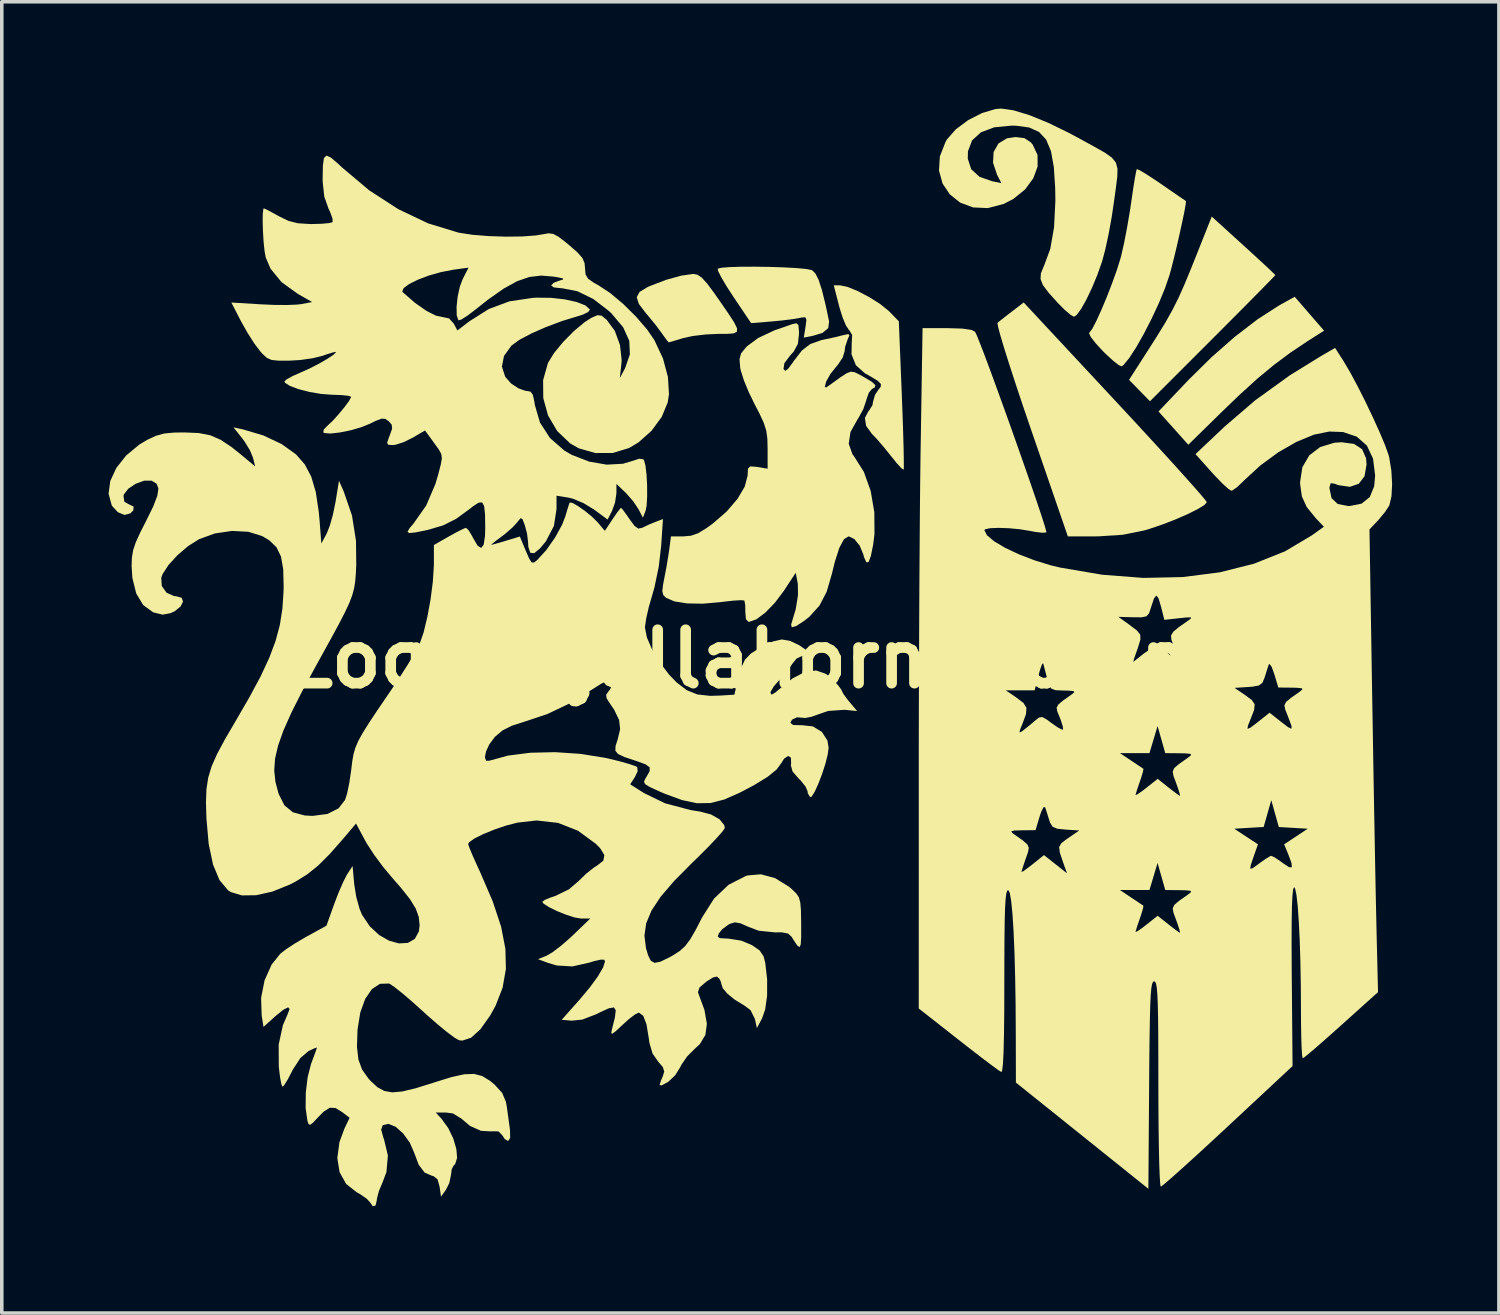
<source format=kicad_pcb>
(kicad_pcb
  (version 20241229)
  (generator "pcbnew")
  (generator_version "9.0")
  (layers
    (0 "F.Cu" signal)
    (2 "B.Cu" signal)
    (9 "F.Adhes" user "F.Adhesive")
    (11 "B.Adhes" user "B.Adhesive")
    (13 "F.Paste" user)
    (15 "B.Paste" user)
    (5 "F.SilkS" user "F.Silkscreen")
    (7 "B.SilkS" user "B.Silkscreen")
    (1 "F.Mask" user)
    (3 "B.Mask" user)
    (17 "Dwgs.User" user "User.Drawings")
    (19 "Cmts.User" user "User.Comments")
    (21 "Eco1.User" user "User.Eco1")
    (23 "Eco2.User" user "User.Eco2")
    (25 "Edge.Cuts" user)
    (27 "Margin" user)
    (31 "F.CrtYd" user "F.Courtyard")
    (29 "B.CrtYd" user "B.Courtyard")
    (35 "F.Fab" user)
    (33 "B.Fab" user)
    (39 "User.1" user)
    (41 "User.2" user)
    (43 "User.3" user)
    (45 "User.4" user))
  (footprint "Logo_Gjallahorn_40mm"
    (layer "F.Cu")
    (at 18.033 15.463)
    (property "Reference" "Logo_Gjallahorn_40mm" (at 0 0 0) (layer "F.SilkS") (effects (font (size 1.5 1.5) (thickness 0.3))))
    (attr board_only exclude_from_pos_files exclude_from_bom)
    (fp_poly (pts (xy 15.7 -9.7) (xy 16.113 -9.224) (xy 15.648 -8.928) (xy 15.161 -8.602) (xy 14.704 -8.261) (xy 14.242 -7.878) (xy 13.741 -7.423) (xy 13.261 -6.962) (xy 12.299 -6.019) (xy 11.881 -6.487) (xy 11.462 -6.954) (xy 12.31 -7.845) (xy 12.948 -8.475) (xy 13.603 -9.05) (xy 14.243 -9.542) (xy 14.837 -9.925) (xy 14.892 -9.956) (xy 15.288 -10.176)) (stroke (width 0) (type solid)) (fill yes) (layer "F.SilkS"))
    (fp_poly (pts (xy 13.85 -11.618) (xy 14.161 -11.334) (xy 14.425 -11.091) (xy 14.621 -10.907) (xy 14.729 -10.802) (xy 14.743 -10.784) (xy 14.689 -10.724) (xy 14.534 -10.565) (xy 14.294 -10.32) (xy 13.981 -10.004) (xy 13.609 -9.629) (xy 13.192 -9.211) (xy 12.982 -9.001) (xy 11.222 -7.241) (xy 10.928 -7.542) (xy 10.634 -7.842) (xy 11.114 -8.589) (xy 11.421 -9.07) (xy 11.66 -9.461) (xy 11.853 -9.805) (xy 12.023 -10.143) (xy 12.191 -10.52) (xy 12.379 -10.976) (xy 12.489 -11.25) (xy 12.958 -12.429)) (stroke (width 0) (type solid)) (fill yes) (layer "F.SilkS"))
    (fp_poly (pts (xy -1.486 -10.794) (xy -1.367 -10.712) (xy -1.219 -10.549) (xy -1.02 -10.282) (xy -0.895 -10.103) (xy -0.634 -9.725) (xy -0.461 -9.461) (xy -0.377 -9.29) (xy -0.382 -9.192) (xy -0.475 -9.147) (xy -0.657 -9.134) (xy -0.9 -9.134) (xy -1.263 -9.117) (xy -1.626 -9.073) (xy -1.89 -9.015) (xy -2.116 -8.947) (xy -2.265 -8.904) (xy -2.298 -8.895) (xy -2.348 -8.953) (xy -2.455 -9.099) (xy -2.493 -9.154) (xy -2.662 -9.38) (xy -2.869 -9.634) (xy -2.939 -9.716) (xy -3.135 -9.972) (xy -3.196 -10.162) (xy -3.116 -10.312) (xy -2.893 -10.448) (xy -2.824 -10.479) (xy -2.362 -10.654) (xy -1.944 -10.77) (xy -1.615 -10.816) (xy -1.596 -10.817)) (stroke (width 0) (type solid)) (fill yes) (layer "F.SilkS"))
    (fp_poly (pts (xy 0.531 -11.015) (xy 0.928 -11.002) (xy 1.28 -10.983) (xy 1.554 -10.958) (xy 1.716 -10.927) (xy 1.734 -10.919) (xy 1.827 -10.826) (xy 1.916 -10.647) (xy 2.008 -10.361) (xy 2.109 -9.952) (xy 2.208 -9.484) (xy 2.185 -9.296) (xy 2.024 -9.162) (xy 1.763 -9.082) (xy 1.497 -9.029) (xy 1.546 -9.331) (xy 1.571 -9.525) (xy 1.542 -9.6) (xy 1.434 -9.593) (xy 1.379 -9.581) (xy 1.189 -9.548) (xy 0.902 -9.512) (xy 0.59 -9.482) (xy 0.018 -9.435) (xy -0.479 -10.173) (xy -0.673 -10.473) (xy -0.822 -10.725) (xy -0.909 -10.898) (xy -0.921 -10.964) (xy -0.815 -10.992) (xy -0.582 -11.01) (xy -0.257 -11.02) (xy 0.125 -11.021)) (stroke (width 0) (type solid)) (fill yes) (layer "F.SilkS"))
    (fp_poly (pts (xy 10.248 -7.254) (xy 10.767 -6.695) (xy 11.251 -6.17) (xy 11.69 -5.691) (xy 12.072 -5.27) (xy 12.386 -4.919) (xy 12.623 -4.65) (xy 12.771 -4.474) (xy 12.82 -4.405) (xy 12.749 -4.324) (xy 12.558 -4.208) (xy 12.276 -4.068) (xy 11.937 -3.92) (xy 11.57 -3.778) (xy 11.207 -3.655) (xy 11.054 -3.61) (xy 10.456 -3.49) (xy 9.78 -3.446) (xy 9.688 -3.445) (xy 8.915 -3.445) (xy 7.892 -6.415) (xy 7.663 -7.085) (xy 7.457 -7.702) (xy 7.278 -8.251) (xy 7.132 -8.714) (xy 7.023 -9.078) (xy 6.957 -9.325) (xy 6.937 -9.44) (xy 6.94 -9.445) (xy 7.041 -9.527) (xy 7.22 -9.667) (xy 7.343 -9.761) (xy 7.675 -10.016)) (stroke (width 0) (type solid)) (fill yes) (layer "F.SilkS"))
    (fp_poly (pts (xy 2.733 -10.451) (xy 3.023 -10.331) (xy 3.344 -10.162) (xy 3.646 -9.97) (xy 3.882 -9.78) (xy 3.908 -9.754) (xy 4.167 -9.487) (xy 4.251 -7.418) (xy 4.272 -6.86) (xy 4.289 -6.356) (xy 4.301 -5.928) (xy 4.307 -5.598) (xy 4.308 -5.387) (xy 4.302 -5.317) (xy 4.241 -5.358) (xy 4.112 -5.498) (xy 3.943 -5.707) (xy 3.941 -5.709) (xy 3.736 -5.964) (xy 3.536 -6.195) (xy 3.409 -6.326) (xy 3.248 -6.55) (xy 3.214 -6.774) (xy 3.312 -6.959) (xy 3.325 -6.971) (xy 3.426 -7.131) (xy 3.445 -7.235) (xy 3.498 -7.42) (xy 3.585 -7.553) (xy 3.659 -7.648) (xy 3.664 -7.725) (xy 3.581 -7.81) (xy 3.389 -7.929) (xy 3.21 -8.029) (xy 2.961 -8.252) (xy 2.838 -8.559) (xy 2.844 -8.881) (xy 2.856 -9.103) (xy 2.777 -9.235) (xy 2.766 -9.243) (xy 2.684 -9.364) (xy 2.588 -9.593) (xy 2.497 -9.885) (xy 2.489 -9.917) (xy 2.34 -10.497) (xy 2.519 -10.497)) (stroke (width 0) (type solid)) (fill yes) (layer "F.SilkS"))
    (fp_poly (pts (xy 10.927 -13.734) (xy 11.103 -13.63) (xy 11.351 -13.469) (xy 11.551 -13.333) (xy 11.832 -13.139) (xy 12.057 -12.984) (xy 12.199 -12.888) (xy 12.233 -12.865) (xy 12.228 -12.788) (xy 12.193 -12.588) (xy 12.134 -12.301) (xy 12.059 -11.96) (xy 11.977 -11.598) (xy 11.893 -11.25) (xy 11.817 -10.95) (xy 11.77 -10.782) (xy 11.643 -10.41) (xy 11.47 -9.992) (xy 11.267 -9.557) (xy 11.051 -9.136) (xy 10.838 -8.76) (xy 10.643 -8.459) (xy 10.483 -8.264) (xy 10.429 -8.221) (xy 10.347 -8.255) (xy 10.185 -8.381) (xy 9.974 -8.576) (xy 9.901 -8.648) (xy 9.699 -8.867) (xy 9.561 -9.044) (xy 9.511 -9.149) (xy 9.518 -9.164) (xy 9.597 -9.269) (xy 9.714 -9.492) (xy 9.855 -9.801) (xy 10.007 -10.164) (xy 10.155 -10.546) (xy 10.288 -10.915) (xy 10.39 -11.239) (xy 10.415 -11.332) (xy 10.494 -11.68) (xy 10.579 -12.119) (xy 10.658 -12.581) (xy 10.696 -12.837) (xy 10.748 -13.196) (xy 10.796 -13.493) (xy 10.833 -13.693) (xy 10.852 -13.763)) (stroke (width 0) (type solid)) (fill yes) (layer "F.SilkS"))
    (fp_poly (pts (xy 7.389 -15.414) (xy 7.839 -15.277) (xy 8.369 -15.061) (xy 8.957 -14.774) (xy 9.245 -14.619) (xy 9.659 -14.392) (xy 9.956 -14.224) (xy 10.153 -14.084) (xy 10.265 -13.945) (xy 10.31 -13.775) (xy 10.304 -13.546) (xy 10.264 -13.228) (xy 10.217 -12.887) (xy 10.148 -12.417) (xy 10.06 -11.935) (xy 9.966 -11.499) (xy 9.881 -11.18) (xy 9.749 -10.802) (xy 9.595 -10.431) (xy 9.436 -10.097) (xy 9.285 -9.83) (xy 9.159 -9.66) (xy 9.087 -9.615) (xy 8.989 -9.67) (xy 8.822 -9.813) (xy 8.635 -10.001) (xy 8.374 -10.291) (xy 8.215 -10.504) (xy 8.148 -10.674) (xy 8.158 -10.834) (xy 8.233 -11.019) (xy 8.243 -11.038) (xy 8.421 -11.519) (xy 8.528 -12.128) (xy 8.565 -12.872) (xy 8.56 -13.225) (xy 8.522 -13.815) (xy 8.442 -14.265) (xy 8.306 -14.59) (xy 8.105 -14.807) (xy 7.827 -14.932) (xy 7.461 -14.981) (xy 7.333 -14.984) (xy 6.846 -14.936) (xy 6.474 -14.796) (xy 6.226 -14.57) (xy 6.109 -14.264) (xy 6.104 -14.056) (xy 6.201 -13.759) (xy 6.434 -13.546) (xy 6.789 -13.421) (xy 7.048 -13.369) (xy 6.93 -13.595) (xy 6.814 -13.94) (xy 6.83 -14.243) (xy 6.965 -14.482) (xy 7.207 -14.628) (xy 7.446 -14.663) (xy 7.697 -14.632) (xy 7.873 -14.515) (xy 7.927 -14.452) (xy 8.064 -14.16) (xy 8.066 -13.835) (xy 7.944 -13.503) (xy 7.714 -13.191) (xy 7.386 -12.925) (xy 7.114 -12.784) (xy 6.666 -12.667) (xy 6.253 -12.686) (xy 5.892 -12.82) (xy 5.601 -13.051) (xy 5.396 -13.357) (xy 5.296 -13.719) (xy 5.319 -14.117) (xy 5.481 -14.532) (xy 5.52 -14.597) (xy 5.769 -14.881) (xy 6.116 -15.139) (xy 6.506 -15.338) (xy 6.885 -15.45) (xy 7.044 -15.463)) (stroke (width 0) (type solid)) (fill yes) (layer "F.SilkS"))
    (fp_poly (pts (xy 1.347 -9.377) (xy 1.362 -9.212) (xy 1.362 -9.124) (xy 1.332 -8.853) (xy 1.216 -8.639) (xy 1.119 -8.531) (xy 0.952 -8.311) (xy 0.927 -8.148) (xy 0.928 -8.146) (xy 0.976 -8.094) (xy 1.056 -8.151) (xy 1.189 -8.33) (xy 1.219 -8.375) (xy 1.444 -8.667) (xy 1.678 -8.847) (xy 1.977 -8.954) (xy 2.083 -8.978) (xy 2.351 -9.035) (xy 2.593 -9.095) (xy 2.747 -9.128) (xy 2.779 -9.09) (xy 2.733 -8.99) (xy 2.66 -8.774) (xy 2.644 -8.643) (xy 2.591 -8.471) (xy 2.458 -8.269) (xy 2.413 -8.217) (xy 2.249 -8.012) (xy 2.135 -7.812) (xy 2.121 -7.775) (xy 2.087 -7.642) (xy 2.125 -7.629) (xy 2.253 -7.716) (xy 2.522 -7.911) (xy 2.698 -8.026) (xy 2.82 -8.072) (xy 2.928 -8.056) (xy 3.063 -7.99) (xy 3.173 -7.928) (xy 3.409 -7.788) (xy 3.51 -7.692) (xy 3.487 -7.623) (xy 3.415 -7.587) (xy 3.327 -7.486) (xy 3.259 -7.296) (xy 3.254 -7.272) (xy 3.17 -7.02) (xy 3.03 -6.766) (xy 3.012 -6.74) (xy 2.809 -6.377) (xy 2.76 -6.046) (xy 2.864 -5.754) (xy 2.914 -5.687) (xy 3.186 -5.255) (xy 3.377 -4.72) (xy 3.479 -4.124) (xy 3.483 -3.508) (xy 3.447 -3.215) (xy 3.381 -2.891) (xy 3.318 -2.726) (xy 3.255 -2.716) (xy 3.19 -2.86) (xy 3.168 -2.944) (xy 3.066 -3.187) (xy 2.917 -3.37) (xy 2.76 -3.445) (xy 2.754 -3.445) (xy 2.627 -3.366) (xy 2.498 -3.128) (xy 2.371 -2.736) (xy 2.286 -2.39) (xy 2.14 -1.888) (xy 1.939 -1.502) (xy 1.659 -1.192) (xy 1.513 -1.075) (xy 1.284 -0.925) (xy 1.159 -0.891) (xy 1.142 -0.972) (xy 1.155 -1.012) (xy 1.272 -1.403) (xy 1.334 -1.79) (xy 1.33 -2.109) (xy 1.326 -2.131) (xy 1.271 -2.422) (xy 0.936 -1.913) (xy 0.683 -1.577) (xy 0.417 -1.303) (xy 0.166 -1.115) (xy -0.04 -1.042) (xy -0.049 -1.042) (xy -0.127 -1.115) (xy -0.145 -1.322) (xy -0.148 -1.521) (xy -0.171 -1.638) (xy -0.175 -1.644) (xy -0.268 -1.653) (xy -0.478 -1.64) (xy -0.765 -1.608) (xy -0.841 -1.598) (xy -1.336 -1.554) (xy -1.781 -1.562) (xy -2.14 -1.619) (xy -2.373 -1.719) (xy -2.451 -1.798) (xy -2.477 -1.909) (xy -2.454 -2.101) (xy -2.424 -2.253) (xy -2.36 -2.589) (xy -2.303 -2.937) (xy -2.284 -3.065) (xy -2.234 -3.445) (xy -1.886 -3.445) (xy -1.672 -3.463) (xy -1.474 -3.532) (xy -1.241 -3.674) (xy -1.056 -3.808) (xy -0.67 -4.143) (xy -0.366 -4.497) (xy -0.162 -4.842) (xy -0.081 -5.15) (xy -0.08 -5.177) (xy -0.07 -5.349) (xy -0.007 -5.411) (xy 0.157 -5.4) (xy 0.2 -5.393) (xy 0.481 -5.347) (xy 0.481 -5.91) (xy 0.474 -6.191) (xy 0.443 -6.416) (xy 0.372 -6.637) (xy 0.247 -6.906) (xy 0.12 -7.15) (xy -0.047 -7.492) (xy -0.185 -7.827) (xy -0.272 -8.102) (xy -0.289 -8.185) (xy -0.308 -8.423) (xy -0.265 -8.585) (xy -0.132 -8.749) (xy -0.088 -8.793) (xy 0.216 -9.018) (xy 0.673 -9.233) (xy 1.182 -9.41) (xy 1.295 -9.431)) (stroke (width 0) (type solid)) (fill yes) (layer "F.SilkS"))
    (fp_poly (pts (xy 5.949 -9.282) (xy 6.211 -9.244) (xy 6.308 -9.194) (xy 6.358 -9.09) (xy 6.451 -8.859) (xy 6.581 -8.522) (xy 6.739 -8.098) (xy 6.918 -7.608) (xy 7.112 -7.073) (xy 7.313 -6.513) (xy 7.513 -5.948) (xy 7.706 -5.398) (xy 7.885 -4.884) (xy 8.041 -4.427) (xy 8.169 -4.045) (xy 8.26 -3.761) (xy 8.307 -3.594) (xy 8.311 -3.557) (xy 8.213 -3.546) (xy 8.011 -3.568) (xy 7.854 -3.598) (xy 7.566 -3.645) (xy 7.256 -3.674) (xy 6.963 -3.684) (xy 6.727 -3.674) (xy 6.59 -3.643) (xy 6.57 -3.62) (xy 6.644 -3.475) (xy 6.847 -3.305) (xy 7.154 -3.123) (xy 7.538 -2.942) (xy 7.974 -2.774) (xy 8.435 -2.632) (xy 8.698 -2.569) (xy 9.884 -2.367) (xy 11.037 -2.278) (xy 12.142 -2.302) (xy 13.183 -2.435) (xy 14.145 -2.677) (xy 15.014 -3.024) (xy 15.766 -3.471) (xy 16.108 -3.715) (xy 15.876 -3.961) (xy 15.626 -4.269) (xy 15.49 -4.566) (xy 15.441 -4.915) (xy 15.44 -4.971) (xy 15.503 -5.386) (xy 15.697 -5.719) (xy 16.002 -5.954) (xy 16.403 -6.076) (xy 16.606 -6.089) (xy 16.956 -6.042) (xy 17.182 -5.894) (xy 17.293 -5.64) (xy 17.307 -5.464) (xy 17.25 -5.135) (xy 17.089 -4.923) (xy 16.839 -4.837) (xy 16.514 -4.884) (xy 16.406 -4.925) (xy 16.3 -4.939) (xy 16.266 -4.831) (xy 16.266 -4.791) (xy 16.324 -4.518) (xy 16.498 -4.354) (xy 16.792 -4.298) (xy 16.835 -4.298) (xy 17.169 -4.365) (xy 17.397 -4.549) (xy 17.521 -4.852) (xy 17.548 -5.153) (xy 17.489 -5.629) (xy 17.316 -5.995) (xy 17.033 -6.245) (xy 16.646 -6.376) (xy 16.26 -6.39) (xy 15.828 -6.302) (xy 15.34 -6.101) (xy 14.826 -5.806) (xy 14.321 -5.435) (xy 13.858 -5.009) (xy 13.827 -4.976) (xy 13.663 -4.822) (xy 13.534 -4.735) (xy 13.506 -4.727) (xy 13.418 -4.784) (xy 13.254 -4.933) (xy 13.046 -5.149) (xy 12.961 -5.242) (xy 12.501 -5.756) (xy 13.322 -6.532) (xy 14.178 -7.267) (xy 15.153 -7.971) (xy 16.044 -8.521) (xy 16.423 -8.739) (xy 16.668 -8.356) (xy 16.846 -8.054) (xy 17.053 -7.669) (xy 17.271 -7.237) (xy 17.484 -6.791) (xy 17.675 -6.369) (xy 17.828 -6.005) (xy 17.924 -5.734) (xy 17.941 -5.674) (xy 18.003 -5.298) (xy 18.025 -4.913) (xy 18.007 -4.57) (xy 17.949 -4.323) (xy 17.939 -4.302) (xy 17.825 -4.129) (xy 17.657 -3.925) (xy 17.619 -3.883) (xy 17.389 -3.64) (xy 17.465 1.045) (xy 17.481 1.965) (xy 17.496 2.893) (xy 17.512 3.805) (xy 17.528 4.679) (xy 17.543 5.493) (xy 17.557 6.224) (xy 17.57 6.851) (xy 17.581 7.35) (xy 17.585 7.543) (xy 17.629 9.358) (xy 16.595 10.288) (xy 16.256 10.591) (xy 15.958 10.853) (xy 15.721 11.056) (xy 15.566 11.183) (xy 15.513 11.218) (xy 15.497 11.142) (xy 15.483 10.933) (xy 15.472 10.616) (xy 15.466 10.219) (xy 15.464 9.908) (xy 15.46 9.185) (xy 15.448 8.51) (xy 15.429 7.901) (xy 15.403 7.374) (xy 15.373 6.945) (xy 15.338 6.632) (xy 15.3 6.45) (xy 15.272 6.41) (xy 15.245 6.467) (xy 15.225 6.644) (xy 15.211 6.948) (xy 15.203 7.387) (xy 15.201 7.969) (xy 15.204 8.701) (xy 15.206 8.923) (xy 15.228 11.435) (xy 13.411 13.129) (xy 12.959 13.548) (xy 12.545 13.929) (xy 12.181 14.259) (xy 11.884 14.525) (xy 11.667 14.714) (xy 11.545 14.812) (xy 11.525 14.823) (xy 11.51 14.746) (xy 11.496 14.527) (xy 11.483 14.183) (xy 11.473 13.732) (xy 11.465 13.193) (xy 11.46 12.582) (xy 11.458 11.939) (xy 11.457 11.174) (xy 11.455 10.554) (xy 11.45 10.065) (xy 11.442 9.693) (xy 11.43 9.421) (xy 11.414 9.237) (xy 11.394 9.124) (xy 11.368 9.068) (xy 11.339 9.054) (xy 11.307 9.072) (xy 11.281 9.134) (xy 11.26 9.255) (xy 11.243 9.451) (xy 11.23 9.734) (xy 11.22 10.121) (xy 11.211 10.626) (xy 11.204 11.263) (xy 11.199 11.969) (xy 11.178 14.884) (xy 9.317 13.391) (xy 7.456 11.899) (xy 7.453 10.577) (xy 7.448 9.718) (xy 7.435 8.935) (xy 7.416 8.238) (xy 7.39 7.641) (xy 7.359 7.156) (xy 7.323 6.794) (xy 7.283 6.568) (xy 7.239 6.49) (xy 10.379 6.49) (xy 10.698 6.703) (xy 10.889 6.83) (xy 11.014 6.914) (xy 11.038 6.931) (xy 11.027 7.008) (xy 10.974 7.185) (xy 10.938 7.289) (xy 10.865 7.502) (xy 10.822 7.643) (xy 10.817 7.669) (xy 10.873 7.646) (xy 11.016 7.546) (xy 11.128 7.459) (xy 11.439 7.213) (xy 11.74 7.453) (xy 11.92 7.592) (xy 12.041 7.679) (xy 12.066 7.692) (xy 12.056 7.625) (xy 12.001 7.453) (xy 11.955 7.325) (xy 11.884 7.133) (xy 11.861 7.008) (xy 11.904 6.91) (xy 12.034 6.798) (xy 12.27 6.632) (xy 12.299 6.611) (xy 12.379 6.545) (xy 12.359 6.511) (xy 12.215 6.497) (xy 12.056 6.494) (xy 11.652 6.49) (xy 11.544 6.11) (xy 11.436 5.729) (xy 11.322 6.11) (xy 11.208 6.49) (xy 10.794 6.49) (xy 10.379 6.49) (xy 7.239 6.49) (xy 7.208 6.516) (xy 7.184 6.603) (xy 7.165 6.766) (xy 7.151 7.019) (xy 7.141 7.377) (xy 7.135 7.854) (xy 7.132 8.466) (xy 7.131 9.061) (xy 7.129 9.871) (xy 7.122 10.524) (xy 7.11 11.021) (xy 7.093 11.365) (xy 7.071 11.557) (xy 7.048 11.604) (xy 6.961 11.548) (xy 6.77 11.408) (xy 6.497 11.202) (xy 6.165 10.946) (xy 5.846 10.697) (xy 4.727 9.818) (xy 4.728 4.84) (xy 7.326 4.84) (xy 7.358 4.889) (xy 7.412 4.928) (xy 7.648 5.095) (xy 7.776 5.206) (xy 7.819 5.304) (xy 7.795 5.431) (xy 7.735 5.6) (xy 7.662 5.815) (xy 7.618 5.957) (xy 7.612 5.983) (xy 7.668 5.958) (xy 7.81 5.855) (xy 7.928 5.763) (xy 8.245 5.509) (xy 8.568 5.764) (xy 8.891 6.02) (xy 8.772 5.684) (xy 8.689 5.434) (xy 8.671 5.281) (xy 8.734 5.173) (xy 8.89 5.053) (xy 8.946 5.016) (xy 9.237 4.817) (xy 8.852 4.792) (xy 8.618 4.768) (xy 13.591 4.768) (xy 13.923 4.987) (xy 14.256 5.206) (xy 14.139 5.538) (xy 14.056 5.781) (xy 14.039 5.89) (xy 14.101 5.881) (xy 14.255 5.77) (xy 14.297 5.739) (xy 14.479 5.61) (xy 14.606 5.536) (xy 14.63 5.529) (xy 14.725 5.573) (xy 14.891 5.685) (xy 14.956 5.733) (xy 15.129 5.849) (xy 15.208 5.85) (xy 15.198 5.729) (xy 15.107 5.485) (xy 14.991 5.206) (xy 15.323 4.987) (xy 15.655 4.768) (xy 15.249 4.744) (xy 14.842 4.72) (xy 14.736 4.343) (xy 14.63 3.966) (xy 14.523 4.343) (xy 14.416 4.719) (xy 14.003 4.743) (xy 13.591 4.768) (xy 8.618 4.768) (xy 8.614 4.767) (xy 8.486 4.711) (xy 8.416 4.596) (xy 8.393 4.527) (xy 8.327 4.316) (xy 8.278 4.167) (xy 8.234 4.16) (xy 8.168 4.29) (xy 8.122 4.427) (xy 8.008 4.808) (xy 7.63 4.812) (xy 7.409 4.818) (xy 7.326 4.84) (xy 4.728 4.84) (xy 4.728 3.567) (xy 4.728 2.644) (xy 10.379 2.644) (xy 10.698 2.857) (xy 10.889 2.984) (xy 11.014 3.068) (xy 11.038 3.085) (xy 11.027 3.162) (xy 10.974 3.339) (xy 10.938 3.443) (xy 10.865 3.656) (xy 10.822 3.797) (xy 10.817 3.823) (xy 10.873 3.8) (xy 11.016 3.7) (xy 11.128 3.613) (xy 11.439 3.367) (xy 11.74 3.607) (xy 11.92 3.746) (xy 12.041 3.833) (xy 12.066 3.846) (xy 12.056 3.779) (xy 12.001 3.607) (xy 11.955 3.479) (xy 11.884 3.287) (xy 11.861 3.162) (xy 11.904 3.064) (xy 12.034 2.952) (xy 12.27 2.786) (xy 12.299 2.765) (xy 12.379 2.699) (xy 12.359 2.665) (xy 12.215 2.651) (xy 12.056 2.648) (xy 11.652 2.644) (xy 11.544 2.264) (xy 11.436 1.883) (xy 11.322 2.264) (xy 11.208 2.644) (xy 10.794 2.644) (xy 10.379 2.644) (xy 4.728 2.644) (xy 4.728 2.473) (xy 4.73 1.346) (xy 4.732 0.881) (xy 7.174 0.881) (xy 7.473 1.085) (xy 7.669 1.235) (xy 7.753 1.374) (xy 7.739 1.553) (xy 7.644 1.809) (xy 7.568 1.999) (xy 7.558 2.066) (xy 7.617 2.038) (xy 7.664 2.003) (xy 7.839 1.863) (xy 7.99 1.735) (xy 8.105 1.644) (xy 8.198 1.63) (xy 8.325 1.701) (xy 8.456 1.799) (xy 8.635 1.923) (xy 8.756 1.984) (xy 8.78 1.983) (xy 8.774 1.895) (xy 8.717 1.715) (xy 8.687 1.639) (xy 8.619 1.474) (xy 8.6 1.366) (xy 8.651 1.274) (xy 8.79 1.16) (xy 9.014 1.002) (xy 9.096 0.935) (xy 9.075 0.901) (xy 8.929 0.888) (xy 8.797 0.886) (xy 8.567 0.876) (xy 8.445 0.829) (xy 8.435 0.811) (xy 13.599 0.811) (xy 13.89 1.009) (xy 14.083 1.152) (xy 14.164 1.273) (xy 14.148 1.431) (xy 14.062 1.655) (xy 13.975 1.872) (xy 13.962 1.962) (xy 14.039 1.933) (xy 14.223 1.794) (xy 14.262 1.763) (xy 14.583 1.509) (xy 14.903 1.763) (xy 15.102 1.915) (xy 15.196 1.96) (xy 15.199 1.883) (xy 15.123 1.674) (xy 15.091 1.593) (xy 15.02 1.416) (xy 14.999 1.301) (xy 15.046 1.206) (xy 15.18 1.094) (xy 15.423 0.923) (xy 15.424 0.922) (xy 15.506 0.855) (xy 15.485 0.821) (xy 15.339 0.808) (xy 15.206 0.805) (xy 14.828 0.801) (xy 14.714 0.421) (xy 14.64 0.219) (xy 14.581 0.139) (xy 14.558 0.16) (xy 14.505 0.322) (xy 14.443 0.521) (xy 14.382 0.668) (xy 14.283 0.744) (xy 14.095 0.778) (xy 13.984 0.786) (xy 13.599 0.811) (xy 8.435 0.811) (xy 8.377 0.705) (xy 8.332 0.541) (xy 8.273 0.314) (xy 8.23 0.151) (xy 8.222 0.12) (xy 8.192 0.144) (xy 8.138 0.291) (xy 8.091 0.461) (xy 7.982 0.881) (xy 7.578 0.881) (xy 7.174 0.881) (xy 4.732 0.881) (xy 4.734 0.208) (xy 4.739 -0.919) (xy 4.74 -1.184) (xy 10.337 -1.184) (xy 10.657 -0.952) (xy 10.855 -0.802) (xy 10.949 -0.686) (xy 10.954 -0.546) (xy 10.887 -0.327) (xy 10.859 -0.245) (xy 10.74 0.091) (xy 11.058 -0.16) (xy 11.272 -0.304) (xy 11.432 -0.362) (xy 11.477 -0.354) (xy 11.608 -0.26) (xy 11.758 -0.135) (xy 11.913 -0.021) (xy 11.979 -0.041) (xy 11.956 -0.193) (xy 11.892 -0.365) (xy 11.825 -0.537) (xy 11.814 -0.659) (xy 11.877 -0.766) (xy 12.035 -0.897) (xy 12.264 -1.057) (xy 12.369 -1.134) (xy 12.377 -1.169) (xy 12.266 -1.169) (xy 12.043 -1.146) (xy 11.626 -1.1) (xy 11.532 -1.475) (xy 11.462 -1.707) (xy 11.401 -1.783) (xy 11.336 -1.704) (xy 11.257 -1.467) (xy 11.254 -1.456) (xy 11.197 -1.284) (xy 11.123 -1.199) (xy 10.983 -1.171) (xy 10.753 -1.173) (xy 10.337 -1.184) (xy 4.74 -1.184) (xy 4.744 -2.011) (xy 4.751 -3.048) (xy 4.758 -4.005) (xy 4.766 -4.862) (xy 4.775 -5.595) (xy 4.781 -5.989) (xy 4.834 -9.295) (xy 5.532 -9.295)) (stroke (width 0) (type solid)) (fill yes) (layer "F.SilkS"))
    (fp_poly (pts (xy -11.787 -14.087) (xy -11.583 -13.912) (xy -11.473 -13.808) (xy -10.711 -13.166) (xy -9.896 -12.638) (xy -9.055 -12.238) (xy -8.213 -11.981) (xy -8.188 -11.975) (xy -7.815 -11.918) (xy -7.362 -11.881) (xy -6.879 -11.865) (xy -6.417 -11.87) (xy -6.028 -11.899) (xy -5.836 -11.931) (xy -5.673 -11.959) (xy -5.539 -11.941) (xy -5.388 -11.859) (xy -5.175 -11.694) (xy -5.096 -11.628) (xy -4.857 -11.419) (xy -4.721 -11.263) (xy -4.661 -11.12) (xy -4.648 -10.977) (xy -4.633 -10.804) (xy -4.562 -10.683) (xy -4.4 -10.569) (xy -4.268 -10.496) (xy -3.941 -10.281) (xy -3.574 -9.973) (xy -3.212 -9.614) (xy -2.899 -9.25) (xy -2.7 -8.959) (xy -2.458 -8.442) (xy -2.319 -7.922) (xy -2.29 -7.44) (xy -2.325 -7.208) (xy -2.493 -6.802) (xy -2.779 -6.412) (xy -3.146 -6.085) (xy -3.411 -5.927) (xy -3.872 -5.787) (xy -4.358 -5.786) (xy -4.822 -5.918) (xy -5.065 -6.056) (xy -5.431 -6.405) (xy -5.687 -6.842) (xy -5.821 -7.329) (xy -5.826 -7.833) (xy -5.69 -8.316) (xy -5.521 -8.592) (xy -5.262 -8.907) (xy -4.959 -9.214) (xy -4.657 -9.465) (xy -4.472 -9.583) (xy -4.298 -9.659) (xy -4.18 -9.644) (xy -4.04 -9.529) (xy -3.812 -9.219) (xy -3.666 -8.821) (xy -3.619 -8.394) (xy -3.628 -8.274) (xy -3.671 -7.892) (xy -3.521 -8.173) (xy -3.388 -8.559) (xy -3.405 -8.938) (xy -3.577 -9.319) (xy -3.906 -9.709) (xy -3.979 -9.778) (xy -4.418 -10.115) (xy -4.864 -10.332) (xy -5.287 -10.414) (xy -5.308 -10.415) (xy -5.526 -10.439) (xy -5.601 -10.496) (xy -5.527 -10.57) (xy -5.388 -10.622) (xy -5.267 -10.661) (xy -5.265 -10.69) (xy -5.398 -10.72) (xy -5.529 -10.742) (xy -5.879 -10.771) (xy -6.212 -10.732) (xy -6.555 -10.614) (xy -6.934 -10.405) (xy -7.374 -10.095) (xy -7.735 -9.81) (xy -7.952 -9.644) (xy -8.121 -9.538) (xy -8.204 -9.513) (xy -8.205 -9.514) (xy -8.252 -9.651) (xy -8.257 -9.889) (xy -8.227 -10.175) (xy -8.166 -10.457) (xy -8.087 -10.668) (xy -7.921 -10.994) (xy -8.347 -10.936) (xy -8.691 -10.87) (xy -9.032 -10.773) (xy -9.34 -10.657) (xy -9.587 -10.535) (xy -9.744 -10.419) (xy -9.782 -10.324) (xy -9.767 -10.302) (xy -9.425 -10.005) (xy -9.104 -9.78) (xy -8.834 -9.645) (xy -8.689 -9.615) (xy -8.467 -9.568) (xy -8.337 -9.423) (xy -8.234 -9.23) (xy -7.899 -9.486) (xy -7.35 -9.833) (xy -6.771 -10.048) (xy -6.117 -10.145) (xy -6.009 -10.151) (xy -5.601 -10.146) (xy -5.213 -10.102) (xy -4.88 -10.028) (xy -4.635 -9.932) (xy -4.514 -9.82) (xy -4.511 -9.812) (xy -4.564 -9.744) (xy -4.729 -9.667) (xy -4.827 -9.637) (xy -5.286 -9.497) (xy -5.742 -9.327) (xy -6.157 -9.144) (xy -6.494 -8.965) (xy -6.713 -8.806) (xy -6.717 -8.802) (xy -6.925 -8.513) (xy -6.983 -8.214) (xy -6.891 -7.929) (xy -6.724 -7.739) (xy -6.519 -7.604) (xy -6.327 -7.535) (xy -6.294 -7.532) (xy -6.18 -7.511) (xy -6.114 -7.422) (xy -6.07 -7.224) (xy -6.058 -7.137) (xy -5.914 -6.643) (xy -5.632 -6.207) (xy -5.228 -5.855) (xy -5.023 -5.736) (xy -4.532 -5.545) (xy -4.038 -5.46) (xy -3.582 -5.485) (xy -3.344 -5.556) (xy -3.123 -5.627) (xy -3.007 -5.608) (xy -2.994 -5.591) (xy -2.952 -5.443) (xy -2.921 -5.188) (xy -2.904 -4.879) (xy -2.903 -4.568) (xy -2.918 -4.309) (xy -2.946 -4.168) (xy -3.022 -3.97) (xy -3.146 -4.208) (xy -3.289 -4.423) (xy -3.482 -4.646) (xy -3.518 -4.682) (xy -3.766 -4.918) (xy -3.766 -4.658) (xy -3.805 -4.395) (xy -3.89 -4.159) (xy -4.014 -3.918) (xy -4.397 -4.2) (xy -4.691 -4.379) (xy -4.991 -4.504) (xy -5.115 -4.534) (xy -5.449 -4.588) (xy -5.449 -4.213) (xy -5.522 -3.739) (xy -5.747 -3.306) (xy -5.914 -3.105) (xy -6.079 -2.971) (xy -6.187 -2.985) (xy -6.241 -3.15) (xy -6.249 -3.293) (xy -6.277 -3.521) (xy -6.339 -3.758) (xy -6.404 -3.926) (xy -6.455 -3.958) (xy -6.531 -3.87) (xy -6.548 -3.845) (xy -6.685 -3.696) (xy -6.892 -3.516) (xy -6.992 -3.44) (xy -7.17 -3.307) (xy -7.272 -3.222) (xy -7.283 -3.206) (xy -7.195 -3.228) (xy -7.004 -3.282) (xy -6.865 -3.324) (xy -6.479 -3.441) (xy -6.313 -3.041) (xy -6.214 -2.814) (xy -6.146 -2.712) (xy -6.078 -2.712) (xy -5.991 -2.781) (xy -5.736 -3.061) (xy -5.488 -3.415) (xy -5.29 -3.777) (xy -5.202 -4.006) (xy -5.137 -4.225) (xy -5.09 -4.369) (xy -5.078 -4.396) (xy -4.998 -4.384) (xy -4.84 -4.293) (xy -4.643 -4.154) (xy -4.448 -3.994) (xy -4.296 -3.843) (xy -4.293 -3.839) (xy -4.092 -3.6) (xy -3.878 -3.923) (xy -3.749 -4.111) (xy -3.658 -4.228) (xy -3.636 -4.247) (xy -3.58 -4.186) (xy -3.468 -4.032) (xy -3.397 -3.928) (xy -3.256 -3.737) (xy -3.151 -3.664) (xy -3.046 -3.685) (xy -3.041 -3.688) (xy -2.855 -3.776) (xy -2.677 -3.849) (xy -2.459 -3.932) (xy -2.509 -3.18) (xy -2.578 -2.588) (xy -2.698 -2.012) (xy -2.76 -1.795) (xy -2.857 -1.459) (xy -2.929 -1.143) (xy -2.963 -0.908) (xy -2.964 -0.877) (xy -2.909 -0.602) (xy -2.762 -0.262) (xy -2.545 0.1) (xy -2.284 0.442) (xy -2.074 0.659) (xy -1.791 0.875) (xy -1.496 0.995) (xy -1.136 1.035) (xy -0.847 1.027) (xy -0.452 1.002) (xy -0.361 0.601) (xy -0.268 0.256) (xy -0.156 0.021) (xy 0.011 -0.154) (xy 0.268 -0.316) (xy 0.312 -0.341) (xy 0.631 -0.493) (xy 0.879 -0.549) (xy 1.11 -0.51) (xy 1.368 -0.388) (xy 1.567 -0.25) (xy 1.626 -0.146) (xy 1.541 -0.088) (xy 1.44 -0.08) (xy 1.294 -0.013) (xy 1.171 0.14) (xy 1.036 0.341) (xy 0.848 0.557) (xy 0.808 0.596) (xy 0.654 0.769) (xy 0.568 0.918) (xy 0.561 0.951) (xy 0.594 1.002) (xy 0.705 0.936) (xy 0.781 0.869) (xy 1.185 0.543) (xy 1.535 0.361) (xy 1.844 0.321) (xy 2.124 0.42) (xy 2.314 0.576) (xy 2.465 0.743) (xy 2.554 0.864) (xy 2.564 0.89) (xy 2.611 0.983) (xy 2.73 1.144) (xy 2.78 1.206) (xy 2.996 1.462) (xy 2.64 1.427) (xy 2.184 1.459) (xy 1.937 1.544) (xy 1.707 1.625) (xy 1.526 1.658) (xy 1.476 1.651) (xy 1.306 1.638) (xy 1.165 1.705) (xy 1.122 1.793) (xy 1.195 1.854) (xy 1.407 1.86) (xy 1.429 1.858) (xy 1.75 1.893) (xy 2.005 2.047) (xy 2.162 2.29) (xy 2.195 2.494) (xy 2.169 2.686) (xy 2.104 2.944) (xy 2.012 3.229) (xy 1.908 3.501) (xy 1.806 3.725) (xy 1.721 3.861) (xy 1.676 3.882) (xy 1.61 3.771) (xy 1.603 3.713) (xy 1.548 3.585) (xy 1.41 3.413) (xy 1.353 3.357) (xy 1.183 3.162) (xy 1.134 2.989) (xy 1.142 2.924) (xy 1.134 2.766) (xy 1.055 2.725) (xy 0.944 2.799) (xy 0.868 2.922) (xy 0.734 3.105) (xy 0.484 3.308) (xy 0.104 3.542) (xy -0.3 3.755) (xy -0.732 3.946) (xy -1.12 4.046) (xy -1.502 4.052) (xy -1.919 3.964) (xy -2.413 3.783) (xy -2.586 3.708) (xy -2.835 3.593) (xy -2.962 3.514) (xy -2.991 3.442) (xy -2.947 3.349) (xy -2.926 3.316) (xy -2.833 3.152) (xy -2.833 3.044) (xy -2.945 2.96) (xy -3.19 2.87) (xy -3.225 2.859) (xy -3.537 2.755) (xy -3.719 2.67) (xy -3.796 2.577) (xy -3.791 2.446) (xy -3.73 2.256) (xy -3.662 1.97) (xy -3.691 1.713) (xy -3.826 1.432) (xy -3.937 1.267) (xy -4.042 1.105) (xy -4.055 1.003) (xy -3.979 0.895) (xy -3.961 0.875) (xy -3.87 0.728) (xy -3.904 0.631) (xy -4.001 0.613) (xy -4.18 0.687) (xy -4.459 0.862) (xy -5.099 1.257) (xy -5.708 1.547) (xy -6.343 1.759) (xy -6.706 1.875) (xy -6.963 2.004) (xy -7.165 2.173) (xy -7.191 2.201) (xy -7.336 2.396) (xy -7.429 2.595) (xy -7.462 2.761) (xy -7.426 2.857) (xy -7.337 2.857) (xy -6.814 2.714) (xy -6.184 2.633) (xy -5.49 2.617) (xy -4.773 2.665) (xy -4.073 2.778) (xy -4.01 2.792) (xy -3.677 2.873) (xy -3.403 2.951) (xy -3.225 3.012) (xy -3.182 3.036) (xy -3.169 3.151) (xy -3.245 3.314) (xy -3.38 3.52) (xy -2.992 3.766) (xy -2.401 4.053) (xy -1.682 4.244) (xy -1.416 4.286) (xy -1.109 4.367) (xy -0.87 4.502) (xy -0.737 4.668) (xy -0.721 4.746) (xy -0.776 4.832) (xy -0.929 5.007) (xy -1.158 5.25) (xy -1.446 5.539) (xy -1.64 5.727) (xy -2.144 6.235) (xy -2.521 6.675) (xy -2.78 7.066) (xy -2.93 7.425) (xy -2.979 7.771) (xy -2.936 8.122) (xy -2.876 8.324) (xy -2.801 8.476) (xy -2.695 8.536) (xy -2.527 8.502) (xy -2.269 8.376) (xy -2.165 8.317) (xy -1.983 8.199) (xy -1.834 8.064) (xy -1.694 7.876) (xy -1.537 7.605) (xy -1.36 7.261) (xy -1.025 6.732) (xy -0.617 6.344) (xy -0.139 6.099) (xy -0.079 6.08) (xy 0.294 6.048) (xy 0.691 6.156) (xy 1.079 6.395) (xy 1.171 6.474) (xy 1.286 6.586) (xy 1.358 6.693) (xy 1.398 6.835) (xy 1.417 7.051) (xy 1.423 7.381) (xy 1.423 7.456) (xy 1.424 7.813) (xy 1.411 8.022) (xy 1.377 8.095) (xy 1.312 8.046) (xy 1.205 7.885) (xy 1.156 7.804) (xy 1.057 7.713) (xy 0.879 7.678) (xy 0.689 7.68) (xy 0.229 7.633) (xy -0.053 7.526) (xy -0.283 7.425) (xy -0.436 7.398) (xy -0.571 7.437) (xy -0.613 7.458) (xy -0.791 7.589) (xy -0.89 7.709) (xy -0.92 7.798) (xy -0.861 7.841) (xy -0.68 7.853) (xy -0.624 7.854) (xy -0.26 7.912) (xy 0.039 8.036) (xy 0.255 8.185) (xy 0.368 8.352) (xy 0.415 8.535) (xy 0.468 9.004) (xy 0.467 9.456) (xy 0.413 9.845) (xy 0.327 10.092) (xy 0.18 10.368) (xy 0.123 10.11) (xy 0.001 9.863) (xy -0.187 9.725) (xy -0.438 9.573) (xy -0.649 9.402) (xy -0.779 9.248) (xy -0.802 9.181) (xy -0.843 9.041) (xy -0.876 8.98) (xy -0.944 8.921) (xy -1.054 8.947) (xy -1.236 9.06) (xy -1.432 9.227) (xy -1.476 9.361) (xy -1.471 9.375) (xy -1.293 9.86) (xy -1.225 10.249) (xy -1.267 10.561) (xy -1.422 10.818) (xy -1.572 10.957) (xy -1.781 11.166) (xy -1.946 11.407) (xy -1.971 11.462) (xy -2.115 11.694) (xy -2.308 11.876) (xy -2.326 11.887) (xy -2.496 11.979) (xy -2.554 11.968) (xy -2.514 11.839) (xy -2.47 11.741) (xy -2.423 11.59) (xy -2.462 11.464) (xy -2.593 11.31) (xy -2.751 11.085) (xy -2.838 10.789) (xy -2.858 10.65) (xy -2.922 10.261) (xy -3.012 10.025) (xy -3.129 9.937) (xy -3.145 9.936) (xy -3.249 9.988) (xy -3.424 10.123) (xy -3.593 10.276) (xy -3.784 10.455) (xy -3.884 10.528) (xy -3.912 10.506) (xy -3.895 10.416) (xy -3.81 10.074) (xy -3.785 9.87) (xy -3.836 9.788) (xy -3.979 9.812) (xy -4.23 9.927) (xy -4.336 9.98) (xy -4.725 10.13) (xy -5.022 10.16) (xy -5.304 10.136) (xy -4.806 9.575) (xy -4.511 9.223) (xy -4.285 8.913) (xy -4.14 8.664) (xy -4.088 8.498) (xy -4.105 8.449) (xy -4.201 8.445) (xy -4.394 8.488) (xy -4.522 8.528) (xy -5.002 8.636) (xy -5.441 8.61) (xy -5.689 8.537) (xy -5.969 8.432) (xy -5.731 8.337) (xy -5.562 8.238) (xy -5.325 8.058) (xy -5.065 7.832) (xy -4.996 7.767) (xy -4.501 7.291) (xy -4.759 7.291) (xy -4.937 7.262) (xy -5.177 7.185) (xy -5.434 7.082) (xy -5.66 6.971) (xy -5.812 6.873) (xy -5.849 6.821) (xy -5.78 6.768) (xy -5.603 6.696) (xy -5.486 6.658) (xy -5.103 6.472) (xy -4.825 6.234) (xy -4.611 6.027) (xy -4.398 5.858) (xy -4.307 5.801) (xy -4.134 5.666) (xy -4.105 5.51) (xy -4.223 5.315) (xy -4.342 5.194) (xy -4.847 4.824) (xy -5.406 4.604) (xy -6.012 4.536) (xy -6.547 4.597) (xy -6.865 4.679) (xy -7.194 4.791) (xy -7.501 4.916) (xy -7.749 5.039) (xy -7.901 5.145) (xy -7.932 5.198) (xy -7.9 5.294) (xy -7.814 5.502) (xy -7.687 5.787) (xy -7.58 6.02) (xy -7.238 6.817) (xy -7.006 7.518) (xy -6.885 8.142) (xy -6.871 8.708) (xy -6.964 9.236) (xy -7.162 9.743) (xy -7.309 10.009) (xy -7.586 10.401) (xy -7.849 10.639) (xy -8.095 10.72) (xy -8.186 10.71) (xy -8.312 10.639) (xy -8.526 10.48) (xy -8.801 10.253) (xy -9.11 9.982) (xy -9.191 9.908) (xy -9.5 9.63) (xy -9.777 9.393) (xy -9.998 9.217) (xy -10.136 9.125) (xy -10.155 9.117) (xy -10.409 9.125) (xy -10.636 9.275) (xy -10.824 9.549) (xy -10.962 9.932) (xy -11.038 10.404) (xy -11.04 10.429) (xy -11.055 10.896) (xy -11.015 11.25) (xy -10.911 11.534) (xy -10.73 11.789) (xy -10.665 11.859) (xy -10.479 12.03) (xy -10.289 12.134) (xy -10.065 12.174) (xy -9.782 12.149) (xy -9.409 12.06) (xy -8.92 11.907) (xy -8.87 11.891) (xy -8.4 11.745) (xy -8.042 11.666) (xy -7.765 11.656) (xy -7.535 11.716) (xy -7.32 11.848) (xy -7.185 11.96) (xy -6.976 12.189) (xy -6.871 12.438) (xy -6.845 12.58) (xy -6.803 12.885) (xy -6.762 13.185) (xy -6.755 13.241) (xy -6.752 13.455) (xy -6.808 13.541) (xy -6.903 13.486) (xy -6.97 13.383) (xy -7.078 13.271) (xy -7.259 13.267) (xy -7.282 13.271) (xy -7.57 13.255) (xy -7.877 13.118) (xy -8.125 12.909) (xy -8.36 12.766) (xy -8.56 12.74) (xy -8.842 12.74) (xy -8.677 12.92) (xy -8.491 13.177) (xy -8.349 13.471) (xy -8.263 13.765) (xy -8.242 14.017) (xy -8.297 14.19) (xy -8.333 14.222) (xy -8.393 14.332) (xy -8.413 14.49) (xy -8.46 14.719) (xy -8.553 14.906) (xy -8.694 15.104) (xy -8.734 14.823) (xy -8.792 14.616) (xy -8.905 14.527) (xy -8.946 14.518) (xy -9.155 14.427) (xy -9.32 14.209) (xy -9.449 13.867) (xy -9.572 13.585) (xy -9.757 13.33) (xy -9.966 13.142) (xy -10.164 13.061) (xy -10.18 13.061) (xy -10.332 13.097) (xy -10.375 13.22) (xy -10.313 13.448) (xy -10.296 13.49) (xy -10.186 13.949) (xy -10.227 14.412) (xy -10.336 14.703) (xy -10.437 14.942) (xy -10.493 15.154) (xy -10.497 15.201) (xy -10.532 15.352) (xy -10.61 15.374) (xy -10.684 15.268) (xy -10.779 15.163) (xy -10.965 15.035) (xy -11.06 14.982) (xy -11.359 14.747) (xy -11.543 14.418) (xy -11.607 14.019) (xy -11.547 13.571) (xy -11.406 13.189) (xy -11.262 12.888) (xy -11.46 12.736) (xy -11.656 12.614) (xy -11.818 12.605) (xy -11.991 12.716) (xy -12.138 12.864) (xy -12.295 13.031) (xy -12.379 13.089) (xy -12.422 13.05) (xy -12.448 12.965) (xy -12.497 12.614) (xy -12.493 12.186) (xy -12.441 11.75) (xy -12.346 11.377) (xy -12.339 11.359) (xy -12.252 11.126) (xy -12.194 10.963) (xy -12.179 10.915) (xy -12.241 10.933) (xy -12.394 11.004) (xy -12.422 11.019) (xy -12.646 11.211) (xy -12.859 11.54) (xy -12.879 11.582) (xy -13 11.812) (xy -13.098 11.97) (xy -13.146 12.019) (xy -13.178 11.946) (xy -13.215 11.753) (xy -13.248 11.48) (xy -13.251 11.451) (xy -13.254 10.83) (xy -13.136 10.288) (xy -13.01 9.996) (xy -12.948 9.832) (xy -12.988 9.785) (xy -13.125 9.854) (xy -13.352 10.039) (xy -13.371 10.056) (xy -13.681 10.336) (xy -13.732 10.016) (xy -13.748 9.519) (xy -13.65 9.026) (xy -13.453 8.585) (xy -13.207 8.277) (xy -13.044 8.152) (xy -12.791 7.986) (xy -12.498 7.814) (xy -12.465 7.796) (xy -11.912 7.492) (xy -11.694 6.881) (xy -11.57 6.558) (xy -11.443 6.267) (xy -11.339 6.062) (xy -11.326 6.042) (xy -11.178 5.815) (xy -11.131 6.333) (xy -11.075 6.683) (xy -10.982 7.019) (xy -10.912 7.187) (xy -10.695 7.509) (xy -10.433 7.753) (xy -10.151 7.915) (xy -9.873 7.99) (xy -9.624 7.975) (xy -9.43 7.863) (xy -9.315 7.652) (xy -9.295 7.475) (xy -9.319 7.245) (xy -9.403 7.013) (xy -9.563 6.751) (xy -9.816 6.431) (xy -10.049 6.165) (xy -10.316 5.846) (xy -10.573 5.5) (xy -10.777 5.187) (xy -10.82 5.11) (xy -11.081 4.622) (xy -11.447 5.055) (xy -11.822 5.481) (xy -12.145 5.803) (xy -12.451 6.049) (xy -12.774 6.25) (xy -12.949 6.34) (xy -13.433 6.535) (xy -13.889 6.636) (xy -14.288 6.641) (xy -14.601 6.547) (xy -14.678 6.496) (xy -14.918 6.209) (xy -15.099 5.774) (xy -15.221 5.191) (xy -15.284 4.479) (xy -15.297 4.031) (xy -15.284 3.661) (xy -15.234 3.335) (xy -15.138 3.015) (xy -14.984 2.667) (xy -14.762 2.253) (xy -14.491 1.79) (xy -14.084 1.088) (xy -13.762 0.489) (xy -13.518 -0.035) (xy -13.341 -0.508) (xy -13.221 -0.958) (xy -13.15 -1.411) (xy -13.118 -1.893) (xy -13.115 -2.043) (xy -13.127 -2.523) (xy -13.189 -2.877) (xy -13.315 -3.137) (xy -13.516 -3.333) (xy -13.716 -3.453) (xy -14.106 -3.574) (xy -14.567 -3.598) (xy -15.047 -3.527) (xy -15.49 -3.366) (xy -15.798 -3.172) (xy -16.097 -2.917) (xy -16.349 -2.641) (xy -16.516 -2.384) (xy -16.553 -2.285) (xy -16.539 -2.052) (xy -16.405 -1.863) (xy -16.189 -1.767) (xy -16.133 -1.763) (xy -15.979 -1.72) (xy -15.942 -1.613) (xy -16.009 -1.477) (xy -16.17 -1.345) (xy -16.291 -1.288) (xy -16.512 -1.246) (xy -16.755 -1.304) (xy -16.793 -1.32) (xy -17.062 -1.517) (xy -17.256 -1.841) (xy -17.364 -2.276) (xy -17.386 -2.608) (xy -17.378 -2.845) (xy -17.344 -3.054) (xy -17.269 -3.278) (xy -17.14 -3.561) (xy -16.982 -3.872) (xy -16.779 -4.284) (xy -16.664 -4.584) (xy -16.633 -4.791) (xy -16.684 -4.924) (xy -16.814 -5.004) (xy -16.832 -5.01) (xy -17.035 -5.009) (xy -17.271 -4.923) (xy -17.479 -4.784) (xy -17.603 -4.623) (xy -17.614 -4.581) (xy -17.59 -4.419) (xy -17.474 -4.352) (xy -17.328 -4.28) (xy -17.339 -4.175) (xy -17.422 -4.091) (xy -17.585 -4.047) (xy -17.771 -4.123) (xy -17.931 -4.296) (xy -17.946 -4.323) (xy -18.033 -4.645) (xy -17.985 -5.001) (xy -17.816 -5.366) (xy -17.541 -5.715) (xy -17.173 -6.021) (xy -16.947 -6.157) (xy -16.705 -6.27) (xy -16.475 -6.334) (xy -16.196 -6.361) (xy -15.905 -6.365) (xy -15.502 -6.348) (xy -15.179 -6.286) (xy -14.887 -6.16) (xy -14.573 -5.951) (xy -14.309 -5.739) (xy -13.915 -5.411) (xy -13.974 -5.65) (xy -14.06 -5.859) (xy -14.209 -6.105) (xy -14.278 -6.198) (xy -14.524 -6.508) (xy -14.253 -6.449) (xy -13.683 -6.28) (xy -13.171 -6.038) (xy -12.768 -5.749) (xy -12.766 -5.747) (xy -12.521 -5.467) (xy -12.34 -5.125) (xy -12.212 -4.692) (xy -12.129 -4.14) (xy -12.105 -3.886) (xy -12.056 -3.245) (xy -11.907 -3.521) (xy -11.82 -3.739) (xy -11.732 -4.05) (xy -11.662 -4.389) (xy -11.659 -4.402) (xy -11.56 -5.008) (xy -11.426 -4.704) (xy -11.194 -4.029) (xy -11.082 -3.318) (xy -11.075 -2.648) (xy -11.087 -2.394) (xy -11.104 -2.182) (xy -11.134 -1.99) (xy -11.186 -1.796) (xy -11.268 -1.579) (xy -11.39 -1.317) (xy -11.559 -0.989) (xy -11.785 -0.572) (xy -12.076 -0.045) (xy -12.211 0.2) (xy -12.596 0.91) (xy -12.897 1.506) (xy -13.12 2.007) (xy -13.271 2.432) (xy -13.356 2.8) (xy -13.379 3.132) (xy -13.347 3.445) (xy -13.264 3.759) (xy -13.253 3.794) (xy -13.093 4.11) (xy -12.857 4.305) (xy -12.521 4.396) (xy -12.299 4.407) (xy -11.883 4.353) (xy -11.572 4.195) (xy -11.388 3.957) (xy -11.33 3.77) (xy -11.271 3.482) (xy -11.221 3.15) (xy -11.215 3.104) (xy -11.187 2.871) (xy -11.152 2.675) (xy -11.1 2.494) (xy -11.019 2.303) (xy -10.895 2.079) (xy -10.718 1.796) (xy -10.475 1.431) (xy -10.155 0.961) (xy -10.118 0.907) (xy -9.865 0.529) (xy -9.633 0.166) (xy -9.443 -0.146) (xy -9.318 -0.373) (xy -9.296 -0.42) (xy -9.183 -0.746) (xy -9.078 -1.181) (xy -8.988 -1.671) (xy -8.924 -2.166) (xy -8.895 -2.612) (xy -8.894 -2.693) (xy -8.894 -3.202) (xy -8.473 -3.443) (xy -8.24 -3.571) (xy -8.063 -3.659) (xy -7.991 -3.685) (xy -7.921 -3.62) (xy -7.823 -3.459) (xy -7.796 -3.405) (xy -7.667 -3.184) (xy -7.566 -3.12) (xy -7.496 -3.211) (xy -7.458 -3.455) (xy -7.452 -3.679) (xy -7.457 -4.058) (xy -7.482 -4.293) (xy -7.539 -4.399) (xy -7.639 -4.392) (xy -7.797 -4.288) (xy -7.882 -4.22) (xy -8.265 -3.94) (xy -8.631 -3.755) (xy -9.053 -3.63) (xy -9.118 -3.615) (xy -9.424 -3.554) (xy -9.591 -3.538) (xy -9.635 -3.577) (xy -9.573 -3.68) (xy -9.464 -3.808) (xy -9.11 -4.312) (xy -8.851 -4.917) (xy -8.773 -5.183) (xy -8.701 -5.461) (xy -8.67 -5.636) (xy -8.687 -5.762) (xy -8.76 -5.892) (xy -8.897 -6.081) (xy -8.898 -6.083) (xy -9.143 -6.42) (xy -9.493 -6.215) (xy -9.74 -6.093) (xy -9.966 -6.02) (xy -10.046 -6.009) (xy -10.175 -6.018) (xy -10.208 -6.074) (xy -10.159 -6.221) (xy -10.135 -6.28) (xy -10.068 -6.47) (xy -10.079 -6.583) (xy -10.162 -6.678) (xy -10.258 -6.746) (xy -10.363 -6.752) (xy -10.528 -6.69) (xy -10.683 -6.613) (xy -10.935 -6.511) (xy -11.235 -6.424) (xy -11.538 -6.363) (xy -11.797 -6.334) (xy -11.968 -6.348) (xy -12.001 -6.366) (xy -11.987 -6.448) (xy -11.882 -6.556) (xy -11.742 -6.686) (xy -11.571 -6.875) (xy -11.403 -7.079) (xy -11.273 -7.256) (xy -11.218 -7.363) (xy -11.218 -7.366) (xy -11.291 -7.393) (xy -11.483 -7.414) (xy -11.753 -7.424) (xy -11.759 -7.424) (xy -12.067 -7.447) (xy -12.393 -7.503) (xy -12.696 -7.581) (xy -12.937 -7.671) (xy -13.076 -7.76) (xy -13.094 -7.796) (xy -13.029 -7.857) (xy -12.854 -7.953) (xy -12.635 -8.05) (xy -12.38 -8.164) (xy -12.118 -8.299) (xy -11.884 -8.434) (xy -11.714 -8.548) (xy -11.644 -8.619) (xy -11.646 -8.628) (xy -11.725 -8.614) (xy -11.905 -8.559) (xy -12.022 -8.518) (xy -12.292 -8.45) (xy -12.642 -8.4) (xy -12.958 -8.381) (xy -13.261 -8.381) (xy -13.453 -8.401) (xy -13.585 -8.458) (xy -13.706 -8.569) (xy -13.781 -8.654) (xy -13.943 -8.87) (xy -14.132 -9.167) (xy -14.305 -9.474) (xy -14.584 -10.014) (xy -13.755 -9.964) (xy -13.37 -9.947) (xy -13.01 -9.945) (xy -12.729 -9.957) (xy -12.62 -9.97) (xy -12.314 -10.028) (xy -12.716 -10.257) (xy -13.175 -10.588) (xy -13.485 -10.968) (xy -13.618 -11.28) (xy -13.651 -11.462) (xy -13.678 -11.72) (xy -13.696 -12.011) (xy -13.704 -12.291) (xy -13.701 -12.516) (xy -13.684 -12.645) (xy -13.672 -12.66) (xy -13.591 -12.624) (xy -13.415 -12.531) (xy -13.251 -12.44) (xy -12.979 -12.308) (xy -12.716 -12.241) (xy -12.385 -12.22) (xy -12.326 -12.219) (xy -12.047 -12.227) (xy -11.836 -12.246) (xy -11.74 -12.272) (xy -11.741 -12.368) (xy -11.806 -12.55) (xy -11.853 -12.649) (xy -11.973 -12.986) (xy -12.018 -13.403) (xy -12.019 -13.492) (xy -12.013 -13.855) (xy -11.985 -14.068) (xy -11.915 -14.142)) (stroke (width 0) (type solid)) (fill yes) (layer "F.SilkS")))
  (gr_rect
    (start -3 -3)
    (end 39.058 33.836)
    (stroke (width 0.1) (type default))
    (fill no)
    (layer "Edge.Cuts")))
</source>
